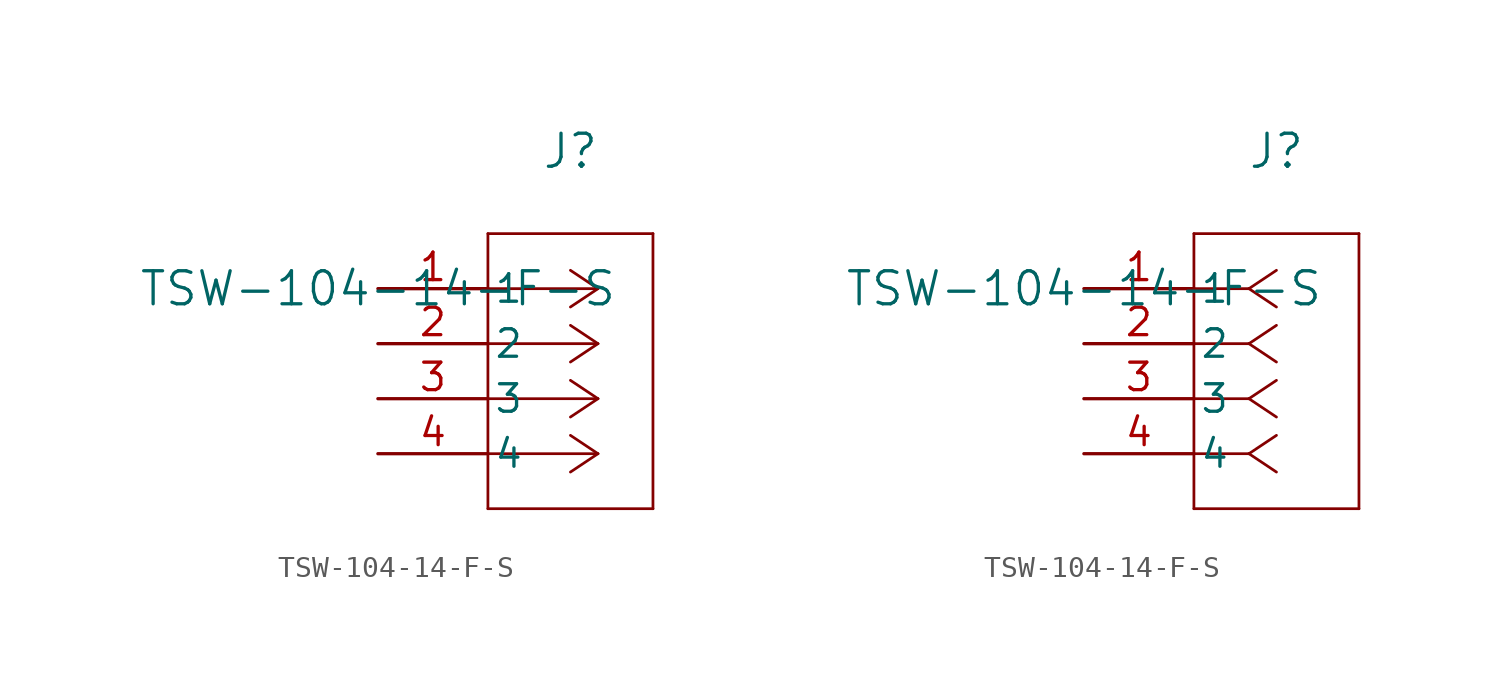
<source format=kicad_sym>
(kicad_symbol_lib
  (version 20211014)
  (generator kicad_symbol_editor)
  (symbol "TSW-104-14-F-S"
    (pin_names
      (offset 0.254))
    (property "Reference" "J"
      (at 8.89 6.35 0)
      (effects (font (size 1.524 1.524))))
    (property "Value" "TSW-104-14-F-S"
      (at 0 0 0)
      (effects (font (size 1.524 1.524))))
    (symbol "TSW-104-14-F-S_1_1"
      (polyline (pts (xy 10.16 0) (xy 5.08 0)) (stroke (width 0.127) (type default) (color 0 0 0 0)) (fill (type none)))
      (polyline (pts (xy 10.16 -2.54) (xy 5.08 -2.54)) (stroke (width 0.127) (type default) (color 0 0 0 0)) (fill (type none)))
      (polyline (pts (xy 10.16 -5.08) (xy 5.08 -5.08)) (stroke (width 0.127) (type default) (color 0 0 0 0)) (fill (type none)))
      (polyline (pts (xy 10.16 -7.62) (xy 5.08 -7.62)) (stroke (width 0.127) (type default) (color 0 0 0 0)) (fill (type none)))
      (polyline (pts (xy 10.16 0) (xy 8.89 0.847)) (stroke (width 0.127) (type default) (color 0 0 0 0)) (fill (type none)))
      (polyline (pts (xy 10.16 -2.54) (xy 8.89 -1.693)) (stroke (width 0.127) (type default) (color 0 0 0 0)) (fill (type none)))
      (polyline (pts (xy 10.16 -5.08) (xy 8.89 -4.233)) (stroke (width 0.127) (type default) (color 0 0 0 0)) (fill (type none)))
      (polyline (pts (xy 10.16 -7.62) (xy 8.89 -6.773)) (stroke (width 0.127) (type default) (color 0 0 0 0)) (fill (type none)))
      (polyline (pts (xy 10.16 0) (xy 8.89 -0.847)) (stroke (width 0.127) (type default) (color 0 0 0 0)) (fill (type none)))
      (polyline (pts (xy 10.16 -2.54) (xy 8.89 -3.387)) (stroke (width 0.127) (type default) (color 0 0 0 0)) (fill (type none)))
      (polyline (pts (xy 10.16 -5.08) (xy 8.89 -5.927)) (stroke (width 0.127) (type default) (color 0 0 0 0)) (fill (type none)))
      (polyline (pts (xy 10.16 -7.62) (xy 8.89 -8.467)) (stroke (width 0.127) (type default) (color 0 0 0 0)) (fill (type none)))
      (polyline (pts (xy 5.08 2.54) (xy 5.08 -10.16)) (stroke (width 0.127) (type default) (color 0 0 0 0)) (fill (type none)))
      (polyline (pts (xy 5.08 -10.16) (xy 12.7 -10.16)) (stroke (width 0.127) (type default) (color 0 0 0 0)) (fill (type none)))
      (polyline (pts (xy 12.7 -10.16) (xy 12.7 2.54)) (stroke (width 0.127) (type default) (color 0 0 0 0)) (fill (type none)))
      (polyline (pts (xy 12.7 2.54) (xy 5.08 2.54)) (stroke (width 0.127) (type default) (color 0 0 0 0)) (fill (type none)))
      (pin unspecified line (at 0 0 0) (length 5.08) (name "1" (effects (font (size 1.27 1.27)))) (number "1" (effects (font (size 1.27 1.27)))))
      (pin unspecified line (at 0 -2.54 0) (length 5.08) (name "2" (effects (font (size 1.27 1.27)))) (number "2" (effects (font (size 1.27 1.27)))))
      (pin unspecified line (at 0 -5.08 0) (length 5.08) (name "3" (effects (font (size 1.27 1.27)))) (number "3" (effects (font (size 1.27 1.27)))))
      (pin unspecified line (at 0 -7.62 0) (length 5.08) (name "4" (effects (font (size 1.27 1.27)))) (number "4" (effects (font (size 1.27 1.27))))))
    (symbol "TSW-104-14-F-S_1_2"
      (polyline (pts (xy 7.62 0) (xy 5.08 0)) (stroke (width 0.127) (type default) (color 0 0 0 0)) (fill (type none)))
      (polyline (pts (xy 7.62 -2.54) (xy 5.08 -2.54)) (stroke (width 0.127) (type default) (color 0 0 0 0)) (fill (type none)))
      (polyline (pts (xy 7.62 -5.08) (xy 5.08 -5.08)) (stroke (width 0.127) (type default) (color 0 0 0 0)) (fill (type none)))
      (polyline (pts (xy 7.62 -7.62) (xy 5.08 -7.62)) (stroke (width 0.127) (type default) (color 0 0 0 0)) (fill (type none)))
      (polyline (pts (xy 7.62 0) (xy 8.89 0.847)) (stroke (width 0.127) (type default) (color 0 0 0 0)) (fill (type none)))
      (polyline (pts (xy 7.62 -2.54) (xy 8.89 -1.693)) (stroke (width 0.127) (type default) (color 0 0 0 0)) (fill (type none)))
      (polyline (pts (xy 7.62 -5.08) (xy 8.89 -4.233)) (stroke (width 0.127) (type default) (color 0 0 0 0)) (fill (type none)))
      (polyline (pts (xy 7.62 -7.62) (xy 8.89 -6.773)) (stroke (width 0.127) (type default) (color 0 0 0 0)) (fill (type none)))
      (polyline (pts (xy 7.62 0) (xy 8.89 -0.847)) (stroke (width 0.127) (type default) (color 0 0 0 0)) (fill (type none)))
      (polyline (pts (xy 7.62 -2.54) (xy 8.89 -3.387)) (stroke (width 0.127) (type default) (color 0 0 0 0)) (fill (type none)))
      (polyline (pts (xy 7.62 -5.08) (xy 8.89 -5.927)) (stroke (width 0.127) (type default) (color 0 0 0 0)) (fill (type none)))
      (polyline (pts (xy 7.62 -7.62) (xy 8.89 -8.467)) (stroke (width 0.127) (type default) (color 0 0 0 0)) (fill (type none)))
      (polyline (pts (xy 5.08 2.54) (xy 5.08 -10.16)) (stroke (width 0.127) (type default) (color 0 0 0 0)) (fill (type none)))
      (polyline (pts (xy 5.08 -10.16) (xy 12.7 -10.16)) (stroke (width 0.127) (type default) (color 0 0 0 0)) (fill (type none)))
      (polyline (pts (xy 12.7 -10.16) (xy 12.7 2.54)) (stroke (width 0.127) (type default) (color 0 0 0 0)) (fill (type none)))
      (polyline (pts (xy 12.7 2.54) (xy 5.08 2.54)) (stroke (width 0.127) (type default) (color 0 0 0 0)) (fill (type none)))
      (pin unspecified line (at 0 0 0) (length 5.08) (name "1" (effects (font (size 1.27 1.27)))) (number "1" (effects (font (size 1.27 1.27)))))
      (pin unspecified line (at 0 -2.54 0) (length 5.08) (name "2" (effects (font (size 1.27 1.27)))) (number "2" (effects (font (size 1.27 1.27)))))
      (pin unspecified line (at 0 -5.08 0) (length 5.08) (name "3" (effects (font (size 1.27 1.27)))) (number "3" (effects (font (size 1.27 1.27)))))
      (pin unspecified line (at 0 -7.62 0) (length 5.08) (name "4" (effects (font (size 1.27 1.27)))) (number "4" (effects (font (size 1.27 1.27))))))))
</source>
